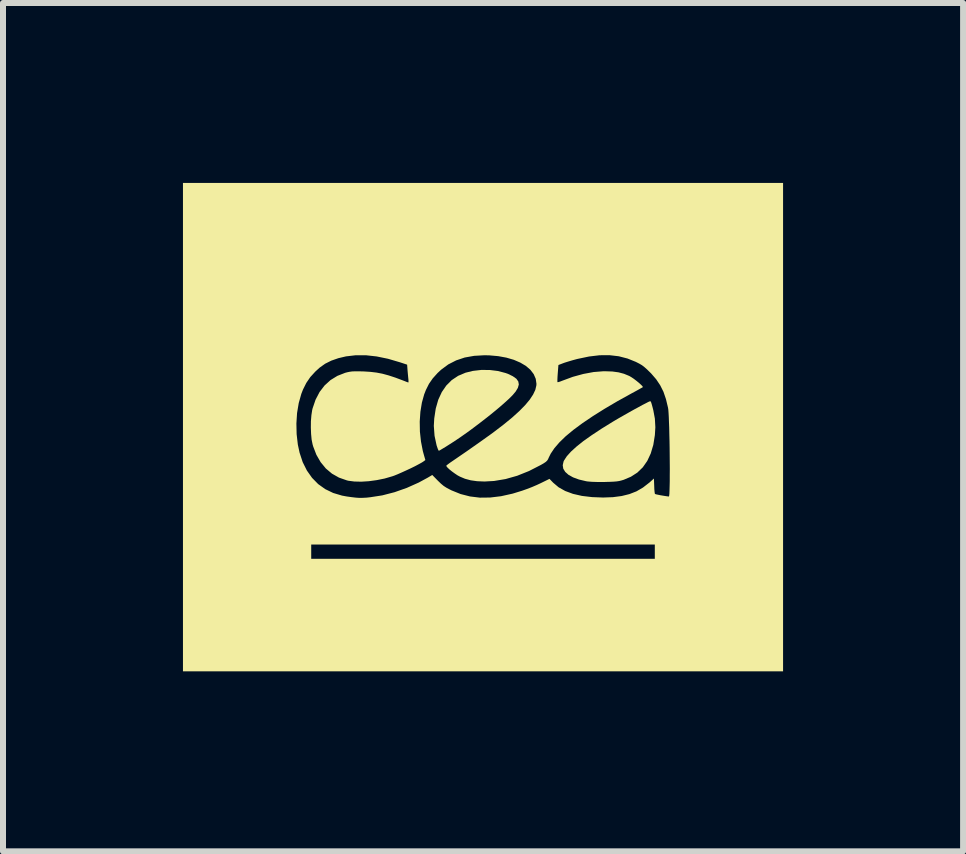
<source format=kicad_pcb>
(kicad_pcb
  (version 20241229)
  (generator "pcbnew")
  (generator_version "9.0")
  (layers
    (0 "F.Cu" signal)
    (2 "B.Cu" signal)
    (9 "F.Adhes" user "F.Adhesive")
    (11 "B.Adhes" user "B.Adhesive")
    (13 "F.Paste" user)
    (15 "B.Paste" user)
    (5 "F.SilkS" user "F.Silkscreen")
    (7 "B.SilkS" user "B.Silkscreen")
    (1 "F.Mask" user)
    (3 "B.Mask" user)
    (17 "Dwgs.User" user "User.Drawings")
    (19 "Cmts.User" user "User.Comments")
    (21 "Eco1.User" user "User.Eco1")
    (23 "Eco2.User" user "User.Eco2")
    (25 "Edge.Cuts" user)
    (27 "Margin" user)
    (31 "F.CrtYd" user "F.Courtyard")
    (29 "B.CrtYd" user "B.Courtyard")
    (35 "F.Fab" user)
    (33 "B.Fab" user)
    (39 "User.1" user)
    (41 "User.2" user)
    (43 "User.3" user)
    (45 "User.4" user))
  (footprint "LOGO"
    (layer "F.Cu")
    (at 5.002 4.064)
    (property "Reference" "LOGO" (at 2.159 -2.286 0) (layer "F.SilkS") (effects (font (size 0.6 0.6) (thickness 0.3))))
    (attr board_only exclude_from_pos_files exclude_from_bom)
    (fp_poly (pts (xy 0.113 -0.946) (xy 0.25 -0.929) (xy 0.375 -0.896) (xy 0.415 -0.882) (xy 0.497 -0.842) (xy 0.555 -0.801) (xy 0.588 -0.755) (xy 0.597 -0.705) (xy 0.581 -0.648) (xy 0.543 -0.585) (xy 0.49 -0.523) (xy 0.434 -0.467) (xy 0.36 -0.4) (xy 0.272 -0.323) (xy 0.173 -0.241) (xy 0.066 -0.155) (xy -0.045 -0.069) (xy -0.157 0.016) (xy -0.267 0.097) (xy -0.371 0.17) (xy -0.381 0.177) (xy -0.439 0.216) (xy -0.501 0.257) (xy -0.562 0.296) (xy -0.62 0.333) (xy -0.67 0.363) (xy -0.708 0.386) (xy -0.732 0.399) (xy -0.737 0.4) (xy -0.745 0.389) (xy -0.757 0.36) (xy -0.771 0.318) (xy -0.774 0.309) (xy -0.808 0.151) (xy -0.82 -0.014) (xy -0.813 -0.138) (xy -0.788 -0.303) (xy -0.746 -0.45) (xy -0.687 -0.578) (xy -0.612 -0.687) (xy -0.521 -0.778) (xy -0.414 -0.849) (xy -0.291 -0.901) (xy -0.169 -0.931) (xy -0.029 -0.947)) (stroke (width 0) (type solid)) (fill yes) (layer "F.SilkS"))
    (fp_poly (pts (xy 2.792 -0.424) (xy 2.798 -0.417) (xy 2.805 -0.4) (xy 2.814 -0.37) (xy 2.827 -0.322) (xy 2.839 -0.275) (xy 2.865 -0.135) (xy 2.873 0.008) (xy 2.865 0.139) (xy 2.839 0.302) (xy 2.796 0.446) (xy 2.738 0.57) (xy 2.664 0.676) (xy 2.573 0.764) (xy 2.466 0.833) (xy 2.346 0.884) (xy 2.306 0.896) (xy 2.269 0.905) (xy 2.23 0.911) (xy 2.184 0.915) (xy 2.124 0.918) (xy 2.047 0.92) (xy 2.026 0.921) (xy 1.909 0.921) (xy 1.815 0.918) (xy 1.743 0.912) (xy 1.718 0.908) (xy 1.6 0.88) (xy 1.502 0.844) (xy 1.426 0.802) (xy 1.371 0.753) (xy 1.338 0.7) (xy 1.329 0.641) (xy 1.343 0.579) (xy 1.351 0.562) (xy 1.396 0.493) (xy 1.465 0.416) (xy 1.557 0.332) (xy 1.673 0.239) (xy 1.813 0.14) (xy 1.975 0.033) (xy 2.161 -0.082) (xy 2.196 -0.103) (xy 2.271 -0.147) (xy 2.352 -0.193) (xy 2.433 -0.239) (xy 2.513 -0.284) (xy 2.589 -0.325) (xy 2.656 -0.362) (xy 2.713 -0.391) (xy 2.755 -0.413) (xy 2.781 -0.424) (xy 2.786 -0.425)) (stroke (width 0) (type solid)) (fill yes) (layer "F.SilkS"))
    (fp_poly (pts (xy 5.002 4.077) (xy -5.002 4.077) (xy -5.002 2.201) (xy -2.864 2.201) (xy 2.864 2.201) (xy 2.864 1.963) (xy -2.864 1.963) (xy -2.864 2.201) (xy -5.002 2.201) (xy -5.002 -0.054) (xy -3.111 -0.054) (xy -3.107 0.123) (xy -3.087 0.297) (xy -3.058 0.432) (xy -3.006 0.59) (xy -2.936 0.73) (xy -2.85 0.852) (xy -2.748 0.956) (xy -2.63 1.04) (xy -2.498 1.104) (xy -2.35 1.148) (xy -2.274 1.162) (xy -2.188 1.174) (xy -2.119 1.182) (xy -2.06 1.186) (xy -2.003 1.185) (xy -1.942 1.182) (xy -1.879 1.175) (xy -1.679 1.144) (xy -1.474 1.091) (xy -1.27 1.019) (xy -1.071 0.93) (xy -0.92 0.848) (xy -0.846 0.804) (xy -0.751 0.901) (xy -0.701 0.949) (xy -0.658 0.985) (xy -0.612 1.015) (xy -0.554 1.046) (xy -0.524 1.061) (xy -0.373 1.122) (xy -0.217 1.162) (xy -0.053 1.182) (xy 0.119 1.18) (xy 0.301 1.158) (xy 0.494 1.115) (xy 0.65 1.067) (xy 0.729 1.039) (xy 0.815 1.006) (xy 0.899 0.97) (xy 0.963 0.94) (xy 1.108 0.869) (xy 1.17 0.933) (xy 1.26 1.009) (xy 1.37 1.071) (xy 1.5 1.119) (xy 1.649 1.153) (xy 1.818 1.173) (xy 2.001 1.18) (xy 2.165 1.174) (xy 2.311 1.155) (xy 2.44 1.123) (xy 2.558 1.077) (xy 2.666 1.014) (xy 2.768 0.935) (xy 2.778 0.927) (xy 2.849 0.863) (xy 2.854 0.988) (xy 2.856 1.041) (xy 2.86 1.085) (xy 2.864 1.113) (xy 2.867 1.12) (xy 2.882 1.126) (xy 2.915 1.133) (xy 2.958 1.142) (xy 3.006 1.15) (xy 3.051 1.157) (xy 3.086 1.162) (xy 3.099 1.163) (xy 3.103 1.151) (xy 3.107 1.116) (xy 3.109 1.062) (xy 3.111 0.991) (xy 3.113 0.906) (xy 3.113 0.808) (xy 3.114 0.702) (xy 3.113 0.589) (xy 3.112 0.472) (xy 3.111 0.354) (xy 3.109 0.237) (xy 3.106 0.124) (xy 3.104 0.018) (xy 3.1 -0.079) (xy 3.097 -0.163) (xy 3.093 -0.233) (xy 3.089 -0.286) (xy 3.084 -0.318) (xy 3.05 -0.46) (xy 3.008 -0.583) (xy 2.954 -0.691) (xy 2.887 -0.791) (xy 2.804 -0.887) (xy 2.789 -0.902) (xy 2.735 -0.955) (xy 2.691 -0.994) (xy 2.651 -1.025) (xy 2.607 -1.051) (xy 2.554 -1.078) (xy 2.551 -1.08) (xy 2.41 -1.137) (xy 2.263 -1.175) (xy 2.109 -1.193) (xy 1.944 -1.192) (xy 1.768 -1.171) (xy 1.577 -1.131) (xy 1.557 -1.126) (xy 1.491 -1.108) (xy 1.424 -1.088) (xy 1.366 -1.07) (xy 1.338 -1.06) (xy 1.257 -1.029) (xy 1.246 -0.89) (xy 1.242 -0.833) (xy 1.24 -0.786) (xy 1.24 -0.754) (xy 1.241 -0.743) (xy 1.255 -0.744) (xy 1.285 -0.753) (xy 1.321 -0.767) (xy 1.497 -0.832) (xy 1.672 -0.88) (xy 1.844 -0.912) (xy 2.006 -0.925) (xy 2.036 -0.925) (xy 2.156 -0.921) (xy 2.259 -0.907) (xy 2.35 -0.883) (xy 2.435 -0.848) (xy 2.436 -0.848) (xy 2.472 -0.827) (xy 2.514 -0.799) (xy 2.557 -0.766) (xy 2.599 -0.732) (xy 2.633 -0.701) (xy 2.657 -0.677) (xy 2.665 -0.662) (xy 2.664 -0.66) (xy 2.651 -0.652) (xy 2.62 -0.635) (xy 2.576 -0.61) (xy 2.521 -0.58) (xy 2.489 -0.563) (xy 2.245 -0.428) (xy 2.026 -0.299) (xy 1.83 -0.176) (xy 1.657 -0.059) (xy 1.507 0.052) (xy 1.379 0.158) (xy 1.274 0.26) (xy 1.191 0.356) (xy 1.129 0.448) (xy 1.098 0.51) (xy 1.084 0.542) (xy 1.068 0.566) (xy 1.045 0.587) (xy 1.011 0.61) (xy 0.964 0.637) (xy 0.767 0.738) (xy 0.57 0.817) (xy 0.376 0.872) (xy 0.184 0.904) (xy 0.025 0.913) (xy -0.098 0.908) (xy -0.204 0.893) (xy -0.301 0.867) (xy -0.384 0.832) (xy -0.425 0.81) (xy -0.471 0.779) (xy -0.518 0.745) (xy -0.56 0.711) (xy -0.592 0.681) (xy -0.61 0.658) (xy -0.613 0.651) (xy -0.603 0.64) (xy -0.577 0.62) (xy -0.54 0.593) (xy -0.522 0.581) (xy -0.398 0.496) (xy -0.274 0.411) (xy -0.153 0.326) (xy -0.039 0.246) (xy 0.063 0.173) (xy 0.151 0.11) (xy 0.187 0.083) (xy 0.349 -0.041) (xy 0.489 -0.156) (xy 0.607 -0.263) (xy 0.703 -0.361) (xy 0.779 -0.452) (xy 0.835 -0.537) (xy 0.872 -0.615) (xy 0.889 -0.687) (xy 0.891 -0.715) (xy 0.879 -0.799) (xy 0.845 -0.877) (xy 0.79 -0.949) (xy 0.715 -1.014) (xy 0.622 -1.069) (xy 0.513 -1.116) (xy 0.39 -1.152) (xy 0.253 -1.177) (xy 0.106 -1.19) (xy 0.025 -1.192) (xy -0.148 -1.182) (xy -0.305 -1.154) (xy -0.448 -1.106) (xy -0.579 -1.039) (xy -0.698 -0.951) (xy -0.758 -0.895) (xy -0.838 -0.806) (xy -0.901 -0.715) (xy -0.952 -0.613) (xy -0.981 -0.539) (xy -1.019 -0.402) (xy -1.044 -0.249) (xy -1.055 -0.086) (xy -1.052 0.081) (xy -1.034 0.247) (xy -1.003 0.406) (xy -0.986 0.468) (xy -0.961 0.555) (xy -0.99 0.577) (xy -1.021 0.597) (xy -1.07 0.624) (xy -1.132 0.657) (xy -1.203 0.692) (xy -1.278 0.727) (xy -1.353 0.761) (xy -1.421 0.791) (xy -1.48 0.815) (xy -1.512 0.826) (xy -1.639 0.863) (xy -1.772 0.89) (xy -1.904 0.908) (xy -2.03 0.916) (xy -2.146 0.913) (xy -2.246 0.9) (xy -2.27 0.894) (xy -2.401 0.848) (xy -2.518 0.782) (xy -2.62 0.696) (xy -2.707 0.59) (xy -2.778 0.467) (xy -2.832 0.326) (xy -2.841 0.294) (xy -2.857 0.215) (xy -2.866 0.12) (xy -2.87 0.015) (xy -2.869 -0.091) (xy -2.861 -0.191) (xy -2.848 -0.277) (xy -2.841 -0.306) (xy -2.791 -0.452) (xy -2.724 -0.58) (xy -2.641 -0.688) (xy -2.542 -0.778) (xy -2.428 -0.848) (xy -2.298 -0.899) (xy -2.264 -0.908) (xy -2.225 -0.916) (xy -2.183 -0.922) (xy -2.133 -0.924) (xy -2.068 -0.924) (xy -1.988 -0.922) (xy -1.878 -0.915) (xy -1.776 -0.903) (xy -1.677 -0.884) (xy -1.574 -0.856) (xy -1.461 -0.819) (xy -1.341 -0.774) (xy -1.297 -0.757) (xy -1.264 -0.744) (xy -1.246 -0.738) (xy -1.244 -0.738) (xy -1.242 -0.749) (xy -1.243 -0.777) (xy -1.244 -0.791) (xy -1.248 -0.831) (xy -1.253 -0.884) (xy -1.258 -0.939) (xy -1.258 -0.94) (xy -1.265 -1.035) (xy -1.38 -1.073) (xy -1.583 -1.133) (xy -1.773 -1.172) (xy -1.953 -1.192) (xy -2.122 -1.192) (xy -2.284 -1.173) (xy -2.411 -1.143) (xy -2.529 -1.102) (xy -2.631 -1.051) (xy -2.724 -0.985) (xy -2.796 -0.919) (xy -2.88 -0.827) (xy -2.946 -0.73) (xy -3.001 -0.62) (xy -3.029 -0.548) (xy -3.072 -0.395) (xy -3.1 -0.228) (xy -3.111 -0.054) (xy -5.002 -0.054) (xy -5.002 -4.064) (xy 5.002 -4.064)) (stroke (width 0) (type solid)) (fill yes) (layer "F.SilkS")))
  (gr_rect
    (start -3 -3)
    (end 13.005 11.142)
    (stroke (width 0.1) (type default))
    (fill no)
    (layer "Edge.Cuts")))
</source>
